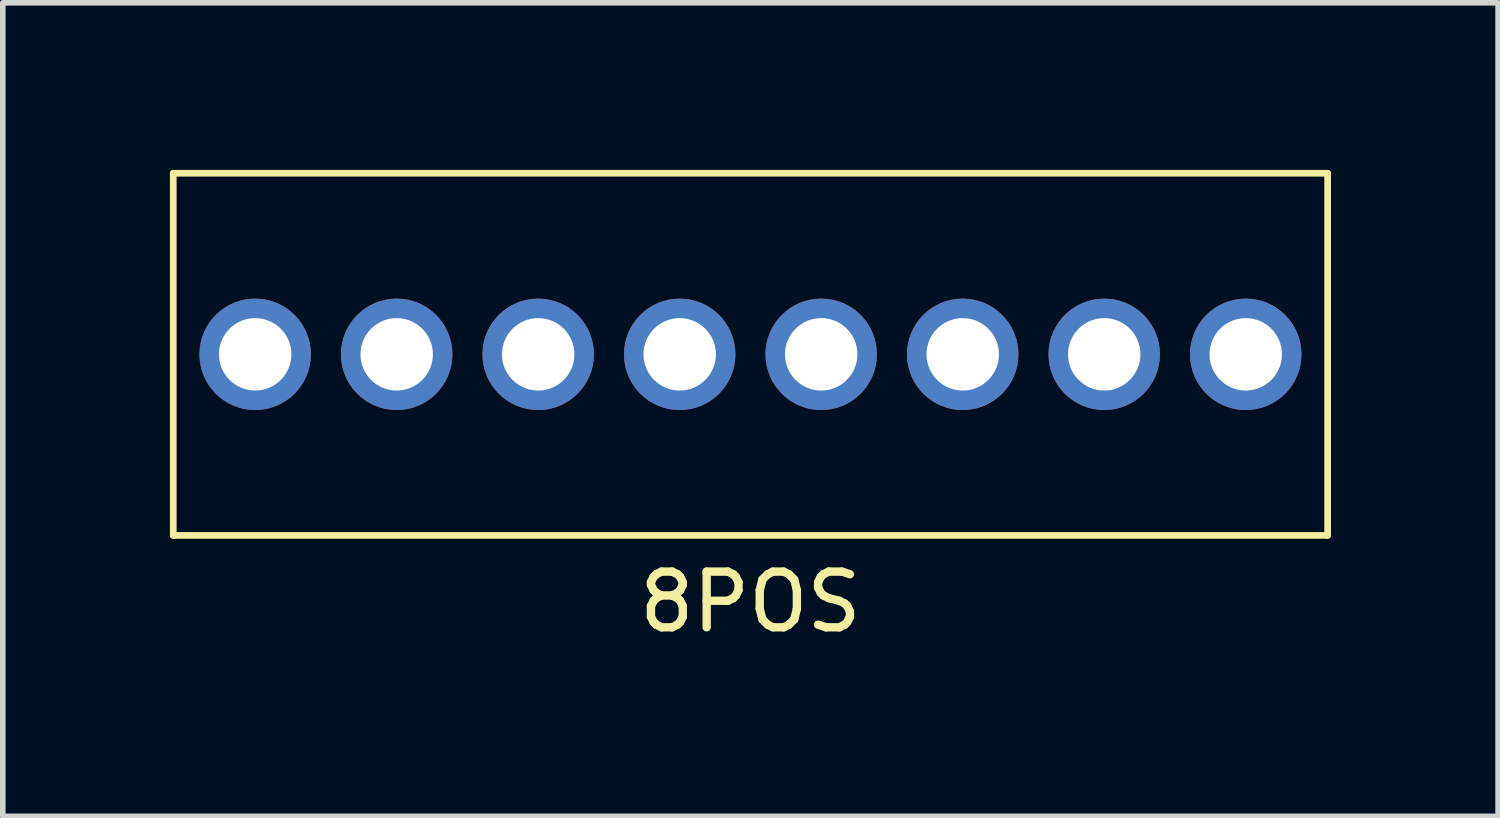
<source format=kicad_pcb>
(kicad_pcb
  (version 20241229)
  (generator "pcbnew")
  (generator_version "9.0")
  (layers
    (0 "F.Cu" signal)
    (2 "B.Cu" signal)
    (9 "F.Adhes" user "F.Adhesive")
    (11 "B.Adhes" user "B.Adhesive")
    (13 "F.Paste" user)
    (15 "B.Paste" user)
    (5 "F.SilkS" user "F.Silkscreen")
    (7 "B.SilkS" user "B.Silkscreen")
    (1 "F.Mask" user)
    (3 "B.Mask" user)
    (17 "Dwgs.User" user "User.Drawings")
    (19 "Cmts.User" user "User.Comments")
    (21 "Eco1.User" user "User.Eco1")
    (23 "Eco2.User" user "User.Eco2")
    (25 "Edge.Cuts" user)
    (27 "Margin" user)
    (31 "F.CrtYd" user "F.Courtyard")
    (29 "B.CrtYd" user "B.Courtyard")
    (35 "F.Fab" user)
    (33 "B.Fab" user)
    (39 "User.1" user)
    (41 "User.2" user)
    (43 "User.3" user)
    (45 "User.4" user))
  (footprint "8POS"
    (layer "F.Cu")
    (at 10.42 3.31)
    (property "Reference" "8POS" (at 0 4.445 0) (layer "F.SilkS") (effects (font (size 1 1) (thickness 0.15))))
    (attr through_hole)
    (fp_line (start -10.36 -3.25) (end 10.36 -3.25) (stroke (width 0.12) (type solid)) (layer "F.SilkS"))
    (fp_line (start -10.36 3.25) (end -10.36 -3.25) (stroke (width 0.12) (type solid)) (layer "F.SilkS"))
    (fp_line (start -10.36 3.25) (end 10.36 3.25) (stroke (width 0.12) (type solid)) (layer "F.SilkS"))
    (fp_line (start 10.36 -3.25) (end 10.36 3.25) (stroke (width 0.12) (type solid)) (layer "F.SilkS"))
    (pad "1" thru_hole circle (at -8.89 0) (size 2 2) (drill 1.3) (layers "*.Cu" "*.Mask"))
    (pad "2" thru_hole circle (at -6.35 0) (size 2 2) (drill 1.3) (layers "*.Cu" "*.Mask"))
    (pad "3" thru_hole circle (at -3.81 0) (size 2 2) (drill 1.3) (layers "*.Cu" "*.Mask"))
    (pad "4" thru_hole circle (at -1.27 0) (size 2 2) (drill 1.3) (layers "*.Cu" "*.Mask"))
    (pad "5" thru_hole circle (at 1.27 0) (size 2 2) (drill 1.3) (layers "*.Cu" "*.Mask"))
    (pad "6" thru_hole circle (at 3.81 0) (size 2 2) (drill 1.3) (layers "*.Cu" "*.Mask"))
    (pad "7" thru_hole circle (at 6.35 0) (size 2 2) (drill 1.3) (layers "*.Cu" "*.Mask"))
    (pad "8" thru_hole circle (at 8.89 0) (size 2 2) (drill 1.3) (layers "*.Cu" "*.Mask")))
  (gr_rect
    (start -3 -3)
    (end 23.84 11.603)
    (stroke (width 0.1) (type default))
    (fill no)
    (layer "Edge.Cuts")))
</source>
